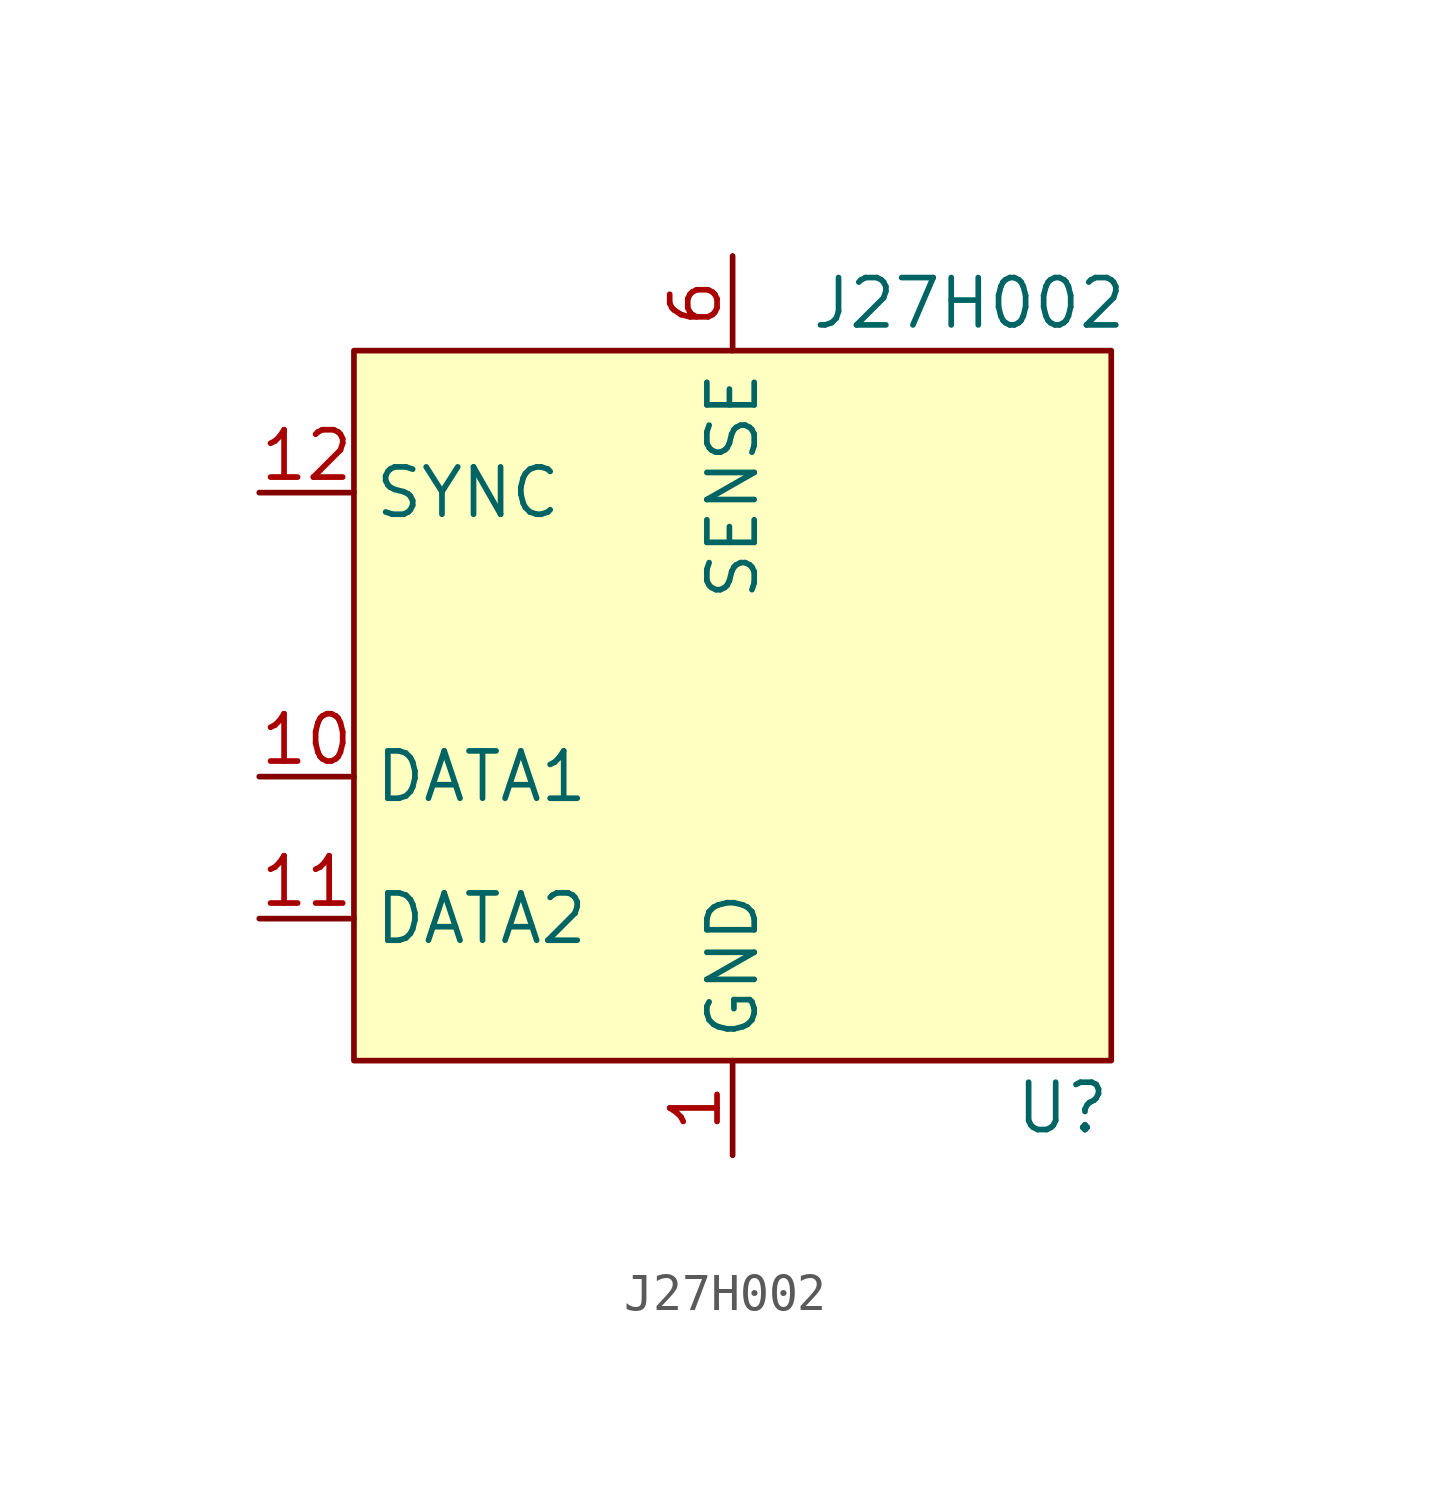
<source format=kicad_sym>
(kicad_symbol_lib
  (version 20231120)
  (generator "kicad_symbol_editor")
  (generator_version "8.0")
  (symbol "J27H002"
    (property "Reference" "U"
      (at 10.16 -10.16 0)
      (effects (font (size 1.27 1.27)) (justify right)))
    (property "Value" "J27H002"
      (at 6.35 11.43 0)
      (effects (font (size 1.27 1.27))))
    (symbol "J27H002_0_1"
      (rectangle (start -10.16 10.16) (end 10.16 -8.89) (stroke (width 0.152) (type default)) (fill (type background))))
    (symbol "J27H002_1_1"
      (pin power_in line (at 0 -11.43 90) (length 2.54) (name "GND" (effects (font (size 1.27 1.27)))) (number "1" (effects (font (size 1.27 1.27)))))
      (pin bidirectional line (at -12.7 -1.27 0) (length 2.54) (name "DATA1" (effects (font (size 1.27 1.27)))) (number "10" (effects (font (size 1.27 1.27)))))
      (pin bidirectional line (at -12.7 -5.08 0) (length 2.54) (name "DATA2" (effects (font (size 1.27 1.27)))) (number "11" (effects (font (size 1.27 1.27)))))
      (pin input line (at -12.7 6.35 0) (length 2.54) (name "SYNC" (effects (font (size 1.27 1.27)))) (number "12" (effects (font (size 1.27 1.27)))))
      (pin power_in line (at 0 12.7 270) (length 2.54) hide (name "SENSE" (effects (font (size 1.27 1.27)))) (number "13" (effects (font (size 1.27 1.27)))))
      (pin no_connect line (at 12.7 -2.54 180) (length 2.54) hide (name "" (effects (font (size 1.27 1.27)))) (number "14" (effects (font (size 1.27 1.27)))))
      (pin no_connect line (at 12.7 -5.08 180) (length 2.54) hide (name "" (effects (font (size 1.27 1.27)))) (number "15" (effects (font (size 1.27 1.27)))))
      (pin power_in line (at 0 -11.43 90) (length 2.54) hide (name "GND" (effects (font (size 1.27 1.27)))) (number "16" (effects (font (size 1.27 1.27)))))
      (pin no_connect line (at 12.7 7.62 180) (length 2.54) hide (name "" (effects (font (size 1.27 1.27)))) (number "2" (effects (font (size 1.27 1.27)))))
      (pin no_connect line (at 12.7 5.08 180) (length 2.54) hide (name "" (effects (font (size 1.27 1.27)))) (number "3" (effects (font (size 1.27 1.27)))))
      (pin no_connect line (at 12.7 2.54 180) (length 2.54) hide (name "" (effects (font (size 1.27 1.27)))) (number "4" (effects (font (size 1.27 1.27)))))
      (pin no_connect line (at 12.7 0 180) (length 2.54) hide (name "" (effects (font (size 1.27 1.27)))) (number "5" (effects (font (size 1.27 1.27)))))
      (pin power_in line (at 0 12.7 270) (length 2.54) (name "SENSE" (effects (font (size 1.27 1.27)))) (number "6" (effects (font (size 1.27 1.27)))))
      (pin power_in line (at 0 12.7 270) (length 2.54) hide (name "SENSE" (effects (font (size 1.27 1.27)))) (number "7" (effects (font (size 1.27 1.27)))))
      (pin power_in line (at 0 -11.43 90) (length 2.54) hide (name "GND" (effects (font (size 1.27 1.27)))) (number "8" (effects (font (size 1.27 1.27)))))
      (pin power_in line (at 0 -11.43 90) (length 2.54) hide (name "GND" (effects (font (size 1.27 1.27)))) (number "9" (effects (font (size 1.27 1.27))))))))
</source>
